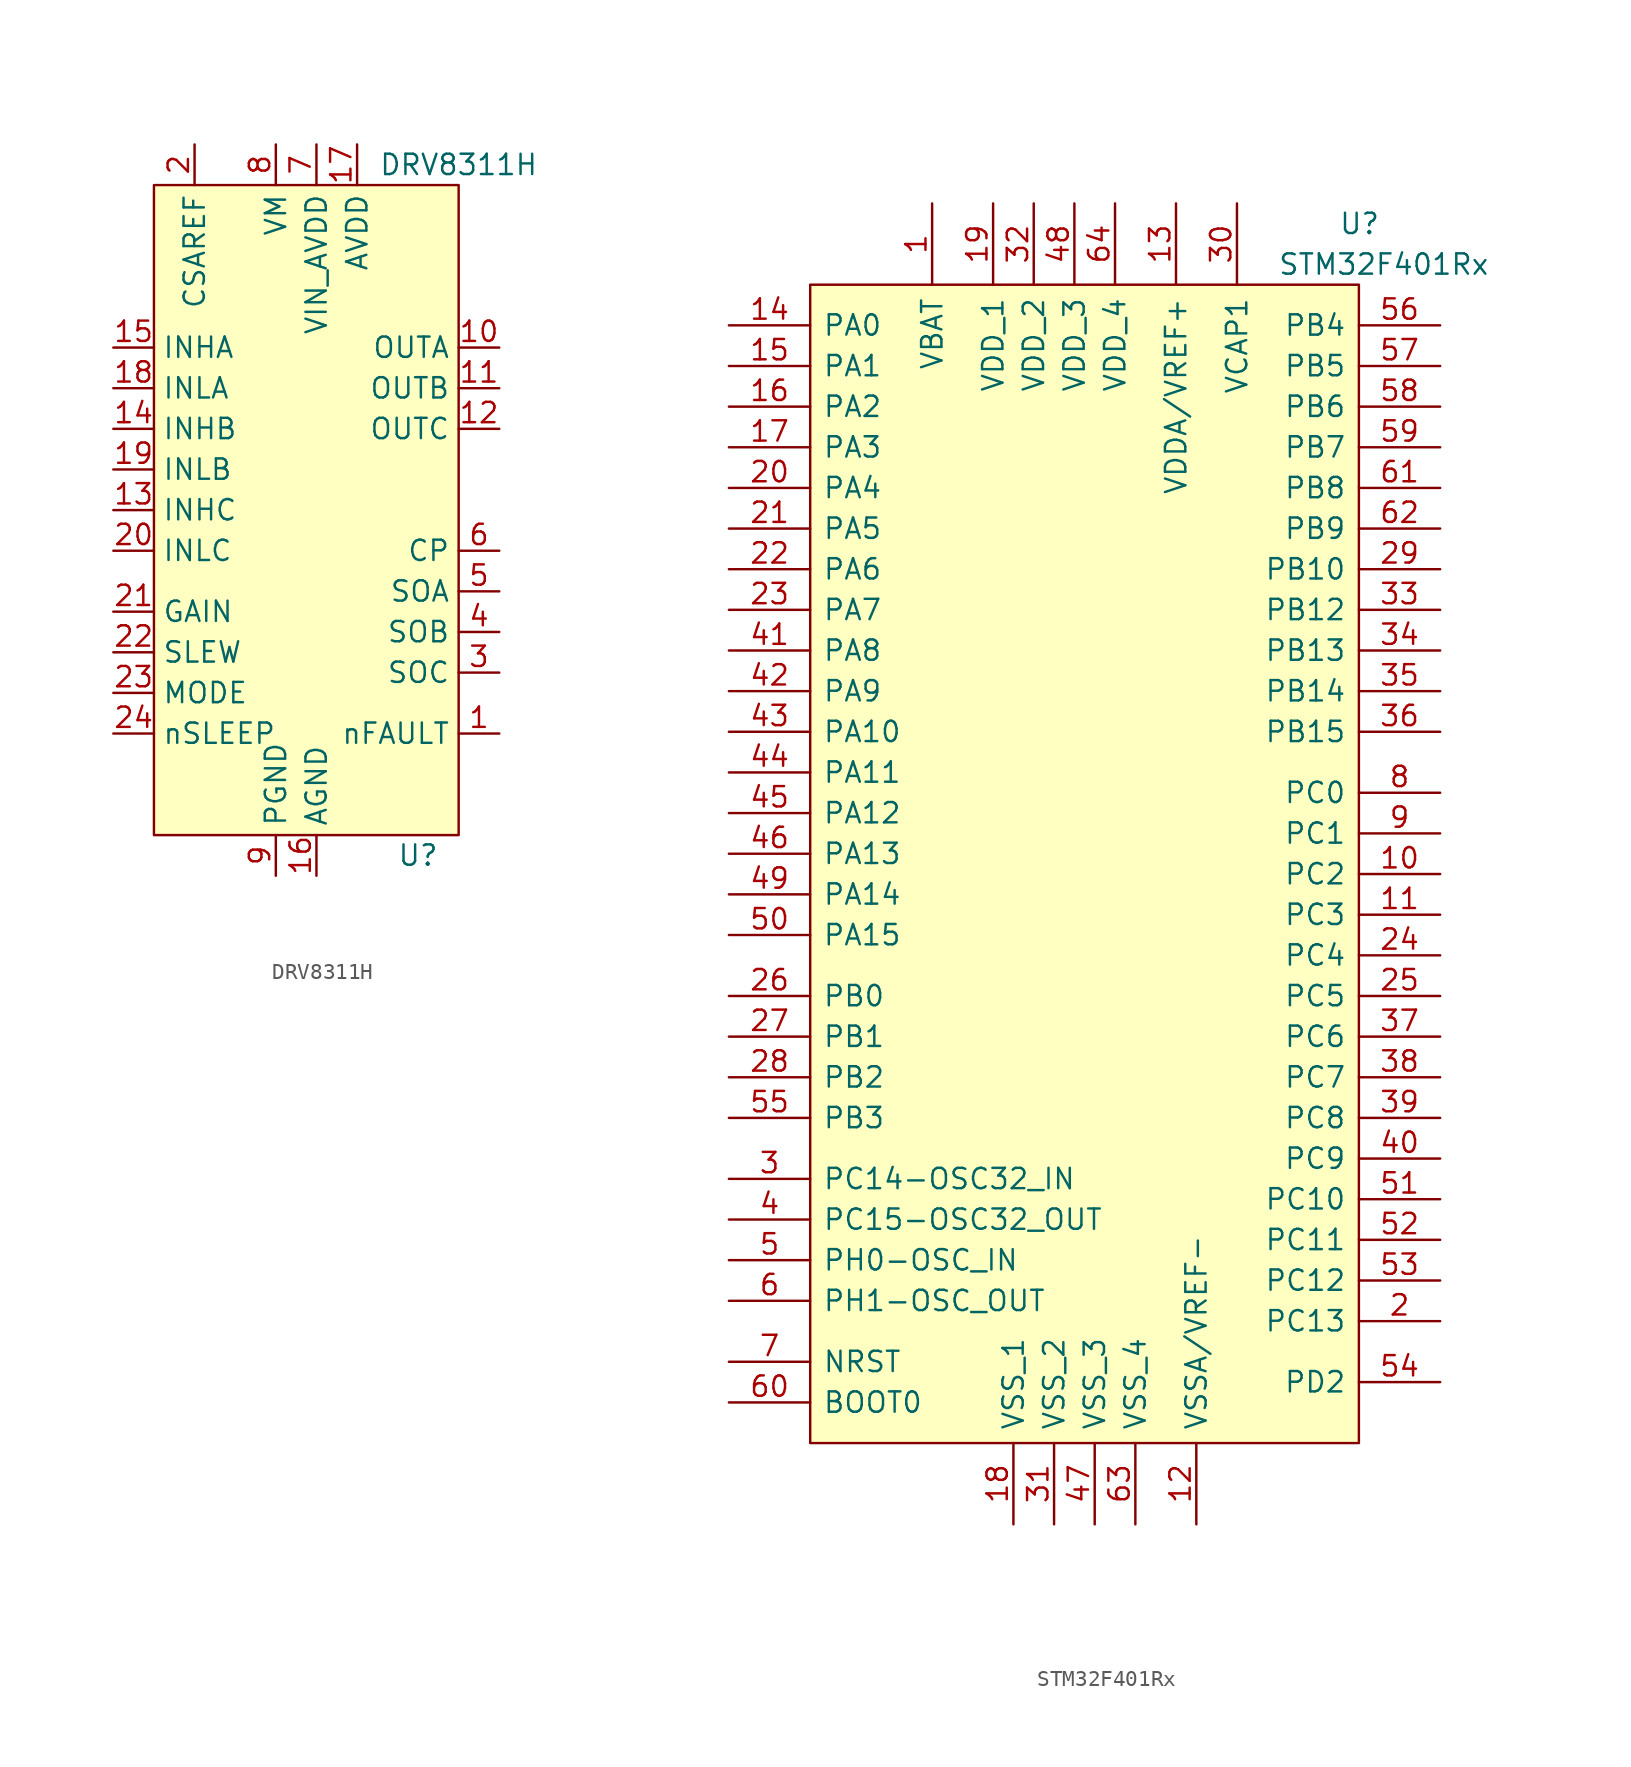
<source format=kicad_sym>
(kicad_symbol_lib
  (version 20211014)
  (generator kicad_symbol_editor)
  (symbol "DRV8311H"
    (property "Reference" "U"
      (at 6.35 -21.59 0)
      (effects (font (size 1.27 1.27))))
    (property "Value" "DRV8311H"
      (at 8.89 21.59 0)
      (effects (font (size 1.27 1.27))))
    (symbol "DRV8311H_0_1"
      (rectangle (start -10.16 20.32) (end 8.89 -20.32) (stroke (width 0) (type default) (color 0 0 0 0)) (fill (type background))))
    (symbol "DRV8311H_1_1"
      (pin output line (at 11.43 -13.97 180) (length 2.54) (name "nFAULT" (effects (font (size 1.27 1.27)))) (number "1" (effects (font (size 1.27 1.27)))))
      (pin output line (at 11.43 10.16 180) (length 2.54) (name "OUTA" (effects (font (size 1.27 1.27)))) (number "10" (effects (font (size 1.27 1.27)))))
      (pin output line (at 11.43 7.62 180) (length 2.54) (name "OUTB" (effects (font (size 1.27 1.27)))) (number "11" (effects (font (size 1.27 1.27)))))
      (pin output line (at 11.43 5.08 180) (length 2.54) (name "OUTC" (effects (font (size 1.27 1.27)))) (number "12" (effects (font (size 1.27 1.27)))))
      (pin input line (at -12.7 0 0) (length 2.54) (name "INHC" (effects (font (size 1.27 1.27)))) (number "13" (effects (font (size 1.27 1.27)))))
      (pin input line (at -12.7 5.08 0) (length 2.54) (name "INHB" (effects (font (size 1.27 1.27)))) (number "14" (effects (font (size 1.27 1.27)))))
      (pin input line (at -12.7 10.16 0) (length 2.54) (name "INHA" (effects (font (size 1.27 1.27)))) (number "15" (effects (font (size 1.27 1.27)))))
      (pin power_in line (at 0 -22.86 90) (length 2.54) (name "AGND" (effects (font (size 1.27 1.27)))) (number "16" (effects (font (size 1.27 1.27)))))
      (pin power_out line (at 2.54 22.86 270) (length 2.54) (name "AVDD" (effects (font (size 1.27 1.27)))) (number "17" (effects (font (size 1.27 1.27)))))
      (pin input line (at -12.7 7.62 0) (length 2.54) (name "INLA" (effects (font (size 1.27 1.27)))) (number "18" (effects (font (size 1.27 1.27)))))
      (pin input line (at -12.7 2.54 0) (length 2.54) (name "INLB" (effects (font (size 1.27 1.27)))) (number "19" (effects (font (size 1.27 1.27)))))
      (pin power_in line (at -7.62 22.86 270) (length 2.54) (name "CSAREF" (effects (font (size 1.27 1.27)))) (number "2" (effects (font (size 1.27 1.27)))))
      (pin input line (at -12.7 -2.54 0) (length 2.54) (name "INLC" (effects (font (size 1.27 1.27)))) (number "20" (effects (font (size 1.27 1.27)))))
      (pin input line (at -12.7 -6.35 0) (length 2.54) (name "GAIN" (effects (font (size 1.27 1.27)))) (number "21" (effects (font (size 1.27 1.27)))))
      (pin input line (at -12.7 -8.89 0) (length 2.54) (name "SLEW" (effects (font (size 1.27 1.27)))) (number "22" (effects (font (size 1.27 1.27)))))
      (pin input line (at -12.7 -11.43 0) (length 2.54) (name "MODE" (effects (font (size 1.27 1.27)))) (number "23" (effects (font (size 1.27 1.27)))))
      (pin input line (at -12.7 -13.97 0) (length 2.54) (name "nSLEEP" (effects (font (size 1.27 1.27)))) (number "24" (effects (font (size 1.27 1.27)))))
      (pin output line (at 11.43 -10.16 180) (length 2.54) (name "SOC" (effects (font (size 1.27 1.27)))) (number "3" (effects (font (size 1.27 1.27)))))
      (pin output line (at 11.43 -7.62 180) (length 2.54) (name "SOB" (effects (font (size 1.27 1.27)))) (number "4" (effects (font (size 1.27 1.27)))))
      (pin output line (at 11.43 -5.08 180) (length 2.54) (name "SOA" (effects (font (size 1.27 1.27)))) (number "5" (effects (font (size 1.27 1.27)))))
      (pin power_out line (at 11.43 -2.54 180) (length 2.54) (name "CP" (effects (font (size 1.27 1.27)))) (number "6" (effects (font (size 1.27 1.27)))))
      (pin power_in line (at 0 22.86 270) (length 2.54) (name "VIN_AVDD" (effects (font (size 1.27 1.27)))) (number "7" (effects (font (size 1.27 1.27)))))
      (pin power_in line (at -2.54 22.86 270) (length 2.54) (name "VM" (effects (font (size 1.27 1.27)))) (number "8" (effects (font (size 1.27 1.27)))))
      (pin power_in line (at -2.54 -22.86 90) (length 2.54) (name "PGND" (effects (font (size 1.27 1.27)))) (number "9" (effects (font (size 1.27 1.27)))))))
  (symbol "STM32F401Rx"
    (pin_names
      (offset 0.762))
    (property "Reference" "U"
      (at 15.24 38.1 0)
      (effects (font (size 1.27 1.27)) (justify left)))
    (property "Value" "STM32F401Rx"
      (at 11.43 35.56 0)
      (effects (font (size 1.27 1.27)) (justify left)))
    (symbol "STM32F401Rx_0_0"
      (pin passive line (at -10.16 39.37 270) (length 5.08) (name "VBAT" (effects (font (size 1.27 1.27)))) (number "1" (effects (font (size 1.27 1.27)))))
      (pin passive line (at 21.59 -2.54 180) (length 5.08) (name "PC2" (effects (font (size 1.27 1.27)))) (number "10" (effects (font (size 1.27 1.27)))))
      (pin passive line (at 21.59 -5.08 180) (length 5.08) (name "PC3" (effects (font (size 1.27 1.27)))) (number "11" (effects (font (size 1.27 1.27)))))
      (pin passive line (at 6.35 -43.18 90) (length 5.08) (name "VSSA/VREF-" (effects (font (size 1.27 1.27)))) (number "12" (effects (font (size 1.27 1.27)))))
      (pin passive line (at 5.08 39.37 270) (length 5.08) (name "VDDA/VREF+" (effects (font (size 1.27 1.27)))) (number "13" (effects (font (size 1.27 1.27)))))
      (pin passive line (at -22.86 31.75 0) (length 5.08) (name "PA0" (effects (font (size 1.27 1.27)))) (number "14" (effects (font (size 1.27 1.27)))))
      (pin passive line (at -22.86 29.21 0) (length 5.08) (name "PA1" (effects (font (size 1.27 1.27)))) (number "15" (effects (font (size 1.27 1.27)))))
      (pin passive line (at -22.86 26.67 0) (length 5.08) (name "PA2" (effects (font (size 1.27 1.27)))) (number "16" (effects (font (size 1.27 1.27)))))
      (pin passive line (at -22.86 24.13 0) (length 5.08) (name "PA3" (effects (font (size 1.27 1.27)))) (number "17" (effects (font (size 1.27 1.27)))))
      (pin passive line (at -5.08 -43.18 90) (length 5.08) (name "VSS_1" (effects (font (size 1.27 1.27)))) (number "18" (effects (font (size 1.27 1.27)))))
      (pin passive line (at -6.35 39.37 270) (length 5.08) (name "VDD_1" (effects (font (size 1.27 1.27)))) (number "19" (effects (font (size 1.27 1.27)))))
      (pin passive line (at 21.59 -30.48 180) (length 5.08) (name "PC13" (effects (font (size 1.27 1.27)))) (number "2" (effects (font (size 1.27 1.27)))))
      (pin passive line (at -22.86 21.59 0) (length 5.08) (name "PA4" (effects (font (size 1.27 1.27)))) (number "20" (effects (font (size 1.27 1.27)))))
      (pin passive line (at -22.86 19.05 0) (length 5.08) (name "PA5" (effects (font (size 1.27 1.27)))) (number "21" (effects (font (size 1.27 1.27)))))
      (pin passive line (at -22.86 16.51 0) (length 5.08) (name "PA6" (effects (font (size 1.27 1.27)))) (number "22" (effects (font (size 1.27 1.27)))))
      (pin passive line (at -22.86 13.97 0) (length 5.08) (name "PA7" (effects (font (size 1.27 1.27)))) (number "23" (effects (font (size 1.27 1.27)))))
      (pin passive line (at 21.59 -7.62 180) (length 5.08) (name "PC4" (effects (font (size 1.27 1.27)))) (number "24" (effects (font (size 1.27 1.27)))))
      (pin passive line (at 21.59 -10.16 180) (length 5.08) (name "PC5" (effects (font (size 1.27 1.27)))) (number "25" (effects (font (size 1.27 1.27)))))
      (pin passive line (at -22.86 -10.16 0) (length 5.08) (name "PB0" (effects (font (size 1.27 1.27)))) (number "26" (effects (font (size 1.27 1.27)))))
      (pin passive line (at -22.86 -12.7 0) (length 5.08) (name "PB1" (effects (font (size 1.27 1.27)))) (number "27" (effects (font (size 1.27 1.27)))))
      (pin passive line (at -22.86 -15.24 0) (length 5.08) (name "PB2" (effects (font (size 1.27 1.27)))) (number "28" (effects (font (size 1.27 1.27)))))
      (pin passive line (at 21.59 16.51 180) (length 5.08) (name "PB10" (effects (font (size 1.27 1.27)))) (number "29" (effects (font (size 1.27 1.27)))))
      (pin passive line (at -22.86 -21.59 0) (length 5.08) (name "PC14-OSC32_IN" (effects (font (size 1.27 1.27)))) (number "3" (effects (font (size 1.27 1.27)))))
      (pin passive line (at 8.89 39.37 270) (length 5.08) (name "VCAP1" (effects (font (size 1.27 1.27)))) (number "30" (effects (font (size 1.27 1.27)))))
      (pin passive line (at -2.54 -43.18 90) (length 5.08) (name "VSS_2" (effects (font (size 1.27 1.27)))) (number "31" (effects (font (size 1.27 1.27)))))
      (pin passive line (at -3.81 39.37 270) (length 5.08) (name "VDD_2" (effects (font (size 1.27 1.27)))) (number "32" (effects (font (size 1.27 1.27)))))
      (pin passive line (at 21.59 13.97 180) (length 5.08) (name "PB12" (effects (font (size 1.27 1.27)))) (number "33" (effects (font (size 1.27 1.27)))))
      (pin passive line (at 21.59 11.43 180) (length 5.08) (name "PB13" (effects (font (size 1.27 1.27)))) (number "34" (effects (font (size 1.27 1.27)))))
      (pin passive line (at 21.59 8.89 180) (length 5.08) (name "PB14" (effects (font (size 1.27 1.27)))) (number "35" (effects (font (size 1.27 1.27)))))
      (pin passive line (at 21.59 6.35 180) (length 5.08) (name "PB15" (effects (font (size 1.27 1.27)))) (number "36" (effects (font (size 1.27 1.27)))))
      (pin passive line (at 21.59 -12.7 180) (length 5.08) (name "PC6" (effects (font (size 1.27 1.27)))) (number "37" (effects (font (size 1.27 1.27)))))
      (pin passive line (at 21.59 -15.24 180) (length 5.08) (name "PC7" (effects (font (size 1.27 1.27)))) (number "38" (effects (font (size 1.27 1.27)))))
      (pin passive line (at 21.59 -17.78 180) (length 5.08) (name "PC8" (effects (font (size 1.27 1.27)))) (number "39" (effects (font (size 1.27 1.27)))))
      (pin passive line (at -22.86 -24.13 0) (length 5.08) (name "PC15-OSC32_OUT" (effects (font (size 1.27 1.27)))) (number "4" (effects (font (size 1.27 1.27)))))
      (pin passive line (at 21.59 -20.32 180) (length 5.08) (name "PC9" (effects (font (size 1.27 1.27)))) (number "40" (effects (font (size 1.27 1.27)))))
      (pin passive line (at -22.86 11.43 0) (length 5.08) (name "PA8" (effects (font (size 1.27 1.27)))) (number "41" (effects (font (size 1.27 1.27)))))
      (pin passive line (at -22.86 8.89 0) (length 5.08) (name "PA9" (effects (font (size 1.27 1.27)))) (number "42" (effects (font (size 1.27 1.27)))))
      (pin passive line (at -22.86 6.35 0) (length 5.08) (name "PA10" (effects (font (size 1.27 1.27)))) (number "43" (effects (font (size 1.27 1.27)))))
      (pin passive line (at -22.86 3.81 0) (length 5.08) (name "PA11" (effects (font (size 1.27 1.27)))) (number "44" (effects (font (size 1.27 1.27)))))
      (pin passive line (at -22.86 1.27 0) (length 5.08) (name "PA12" (effects (font (size 1.27 1.27)))) (number "45" (effects (font (size 1.27 1.27)))))
      (pin passive line (at -22.86 -1.27 0) (length 5.08) (name "PA13" (effects (font (size 1.27 1.27)))) (number "46" (effects (font (size 1.27 1.27)))))
      (pin passive line (at 0 -43.18 90) (length 5.08) (name "VSS_3" (effects (font (size 1.27 1.27)))) (number "47" (effects (font (size 1.27 1.27)))))
      (pin passive line (at -1.27 39.37 270) (length 5.08) (name "VDD_3" (effects (font (size 1.27 1.27)))) (number "48" (effects (font (size 1.27 1.27)))))
      (pin passive line (at -22.86 -3.81 0) (length 5.08) (name "PA14" (effects (font (size 1.27 1.27)))) (number "49" (effects (font (size 1.27 1.27)))))
      (pin passive line (at -22.86 -26.67 0) (length 5.08) (name "PH0-OSC_IN" (effects (font (size 1.27 1.27)))) (number "5" (effects (font (size 1.27 1.27)))))
      (pin passive line (at -22.86 -6.35 0) (length 5.08) (name "PA15" (effects (font (size 1.27 1.27)))) (number "50" (effects (font (size 1.27 1.27)))))
      (pin passive line (at 21.59 -22.86 180) (length 5.08) (name "PC10" (effects (font (size 1.27 1.27)))) (number "51" (effects (font (size 1.27 1.27)))))
      (pin passive line (at 21.59 -25.4 180) (length 5.08) (name "PC11" (effects (font (size 1.27 1.27)))) (number "52" (effects (font (size 1.27 1.27)))))
      (pin passive line (at 21.59 -27.94 180) (length 5.08) (name "PC12" (effects (font (size 1.27 1.27)))) (number "53" (effects (font (size 1.27 1.27)))))
      (pin passive line (at 21.59 -34.29 180) (length 5.08) (name "PD2" (effects (font (size 1.27 1.27)))) (number "54" (effects (font (size 1.27 1.27)))))
      (pin passive line (at -22.86 -17.78 0) (length 5.08) (name "PB3" (effects (font (size 1.27 1.27)))) (number "55" (effects (font (size 1.27 1.27)))))
      (pin passive line (at 21.59 31.75 180) (length 5.08) (name "PB4" (effects (font (size 1.27 1.27)))) (number "56" (effects (font (size 1.27 1.27)))))
      (pin passive line (at 21.59 29.21 180) (length 5.08) (name "PB5" (effects (font (size 1.27 1.27)))) (number "57" (effects (font (size 1.27 1.27)))))
      (pin passive line (at 21.59 26.67 180) (length 5.08) (name "PB6" (effects (font (size 1.27 1.27)))) (number "58" (effects (font (size 1.27 1.27)))))
      (pin passive line (at 21.59 24.13 180) (length 5.08) (name "PB7" (effects (font (size 1.27 1.27)))) (number "59" (effects (font (size 1.27 1.27)))))
      (pin passive line (at -22.86 -29.21 0) (length 5.08) (name "PH1-OSC_OUT" (effects (font (size 1.27 1.27)))) (number "6" (effects (font (size 1.27 1.27)))))
      (pin passive line (at -22.86 -35.56 0) (length 5.08) (name "BOOT0" (effects (font (size 1.27 1.27)))) (number "60" (effects (font (size 1.27 1.27)))))
      (pin passive line (at 21.59 21.59 180) (length 5.08) (name "PB8" (effects (font (size 1.27 1.27)))) (number "61" (effects (font (size 1.27 1.27)))))
      (pin passive line (at 21.59 19.05 180) (length 5.08) (name "PB9" (effects (font (size 1.27 1.27)))) (number "62" (effects (font (size 1.27 1.27)))))
      (pin passive line (at 2.54 -43.18 90) (length 5.08) (name "VSS_4" (effects (font (size 1.27 1.27)))) (number "63" (effects (font (size 1.27 1.27)))))
      (pin passive line (at 1.27 39.37 270) (length 5.08) (name "VDD_4" (effects (font (size 1.27 1.27)))) (number "64" (effects (font (size 1.27 1.27)))))
      (pin passive line (at -22.86 -33.02 0) (length 5.08) (name "NRST" (effects (font (size 1.27 1.27)))) (number "7" (effects (font (size 1.27 1.27)))))
      (pin passive line (at 21.59 2.54 180) (length 5.08) (name "PC0" (effects (font (size 1.27 1.27)))) (number "8" (effects (font (size 1.27 1.27)))))
      (pin passive line (at 21.59 0 180) (length 5.08) (name "PC1" (effects (font (size 1.27 1.27)))) (number "9" (effects (font (size 1.27 1.27))))))
    (symbol "STM32F401Rx_0_1"
      (polyline (pts (xy -17.78 34.29) (xy 16.51 34.29) (xy 16.51 -38.1) (xy -17.78 -38.1) (xy -17.78 34.29)) (stroke (width 0.152) (type default) (color 0 0 0 0)) (fill (type background))))))
</source>
